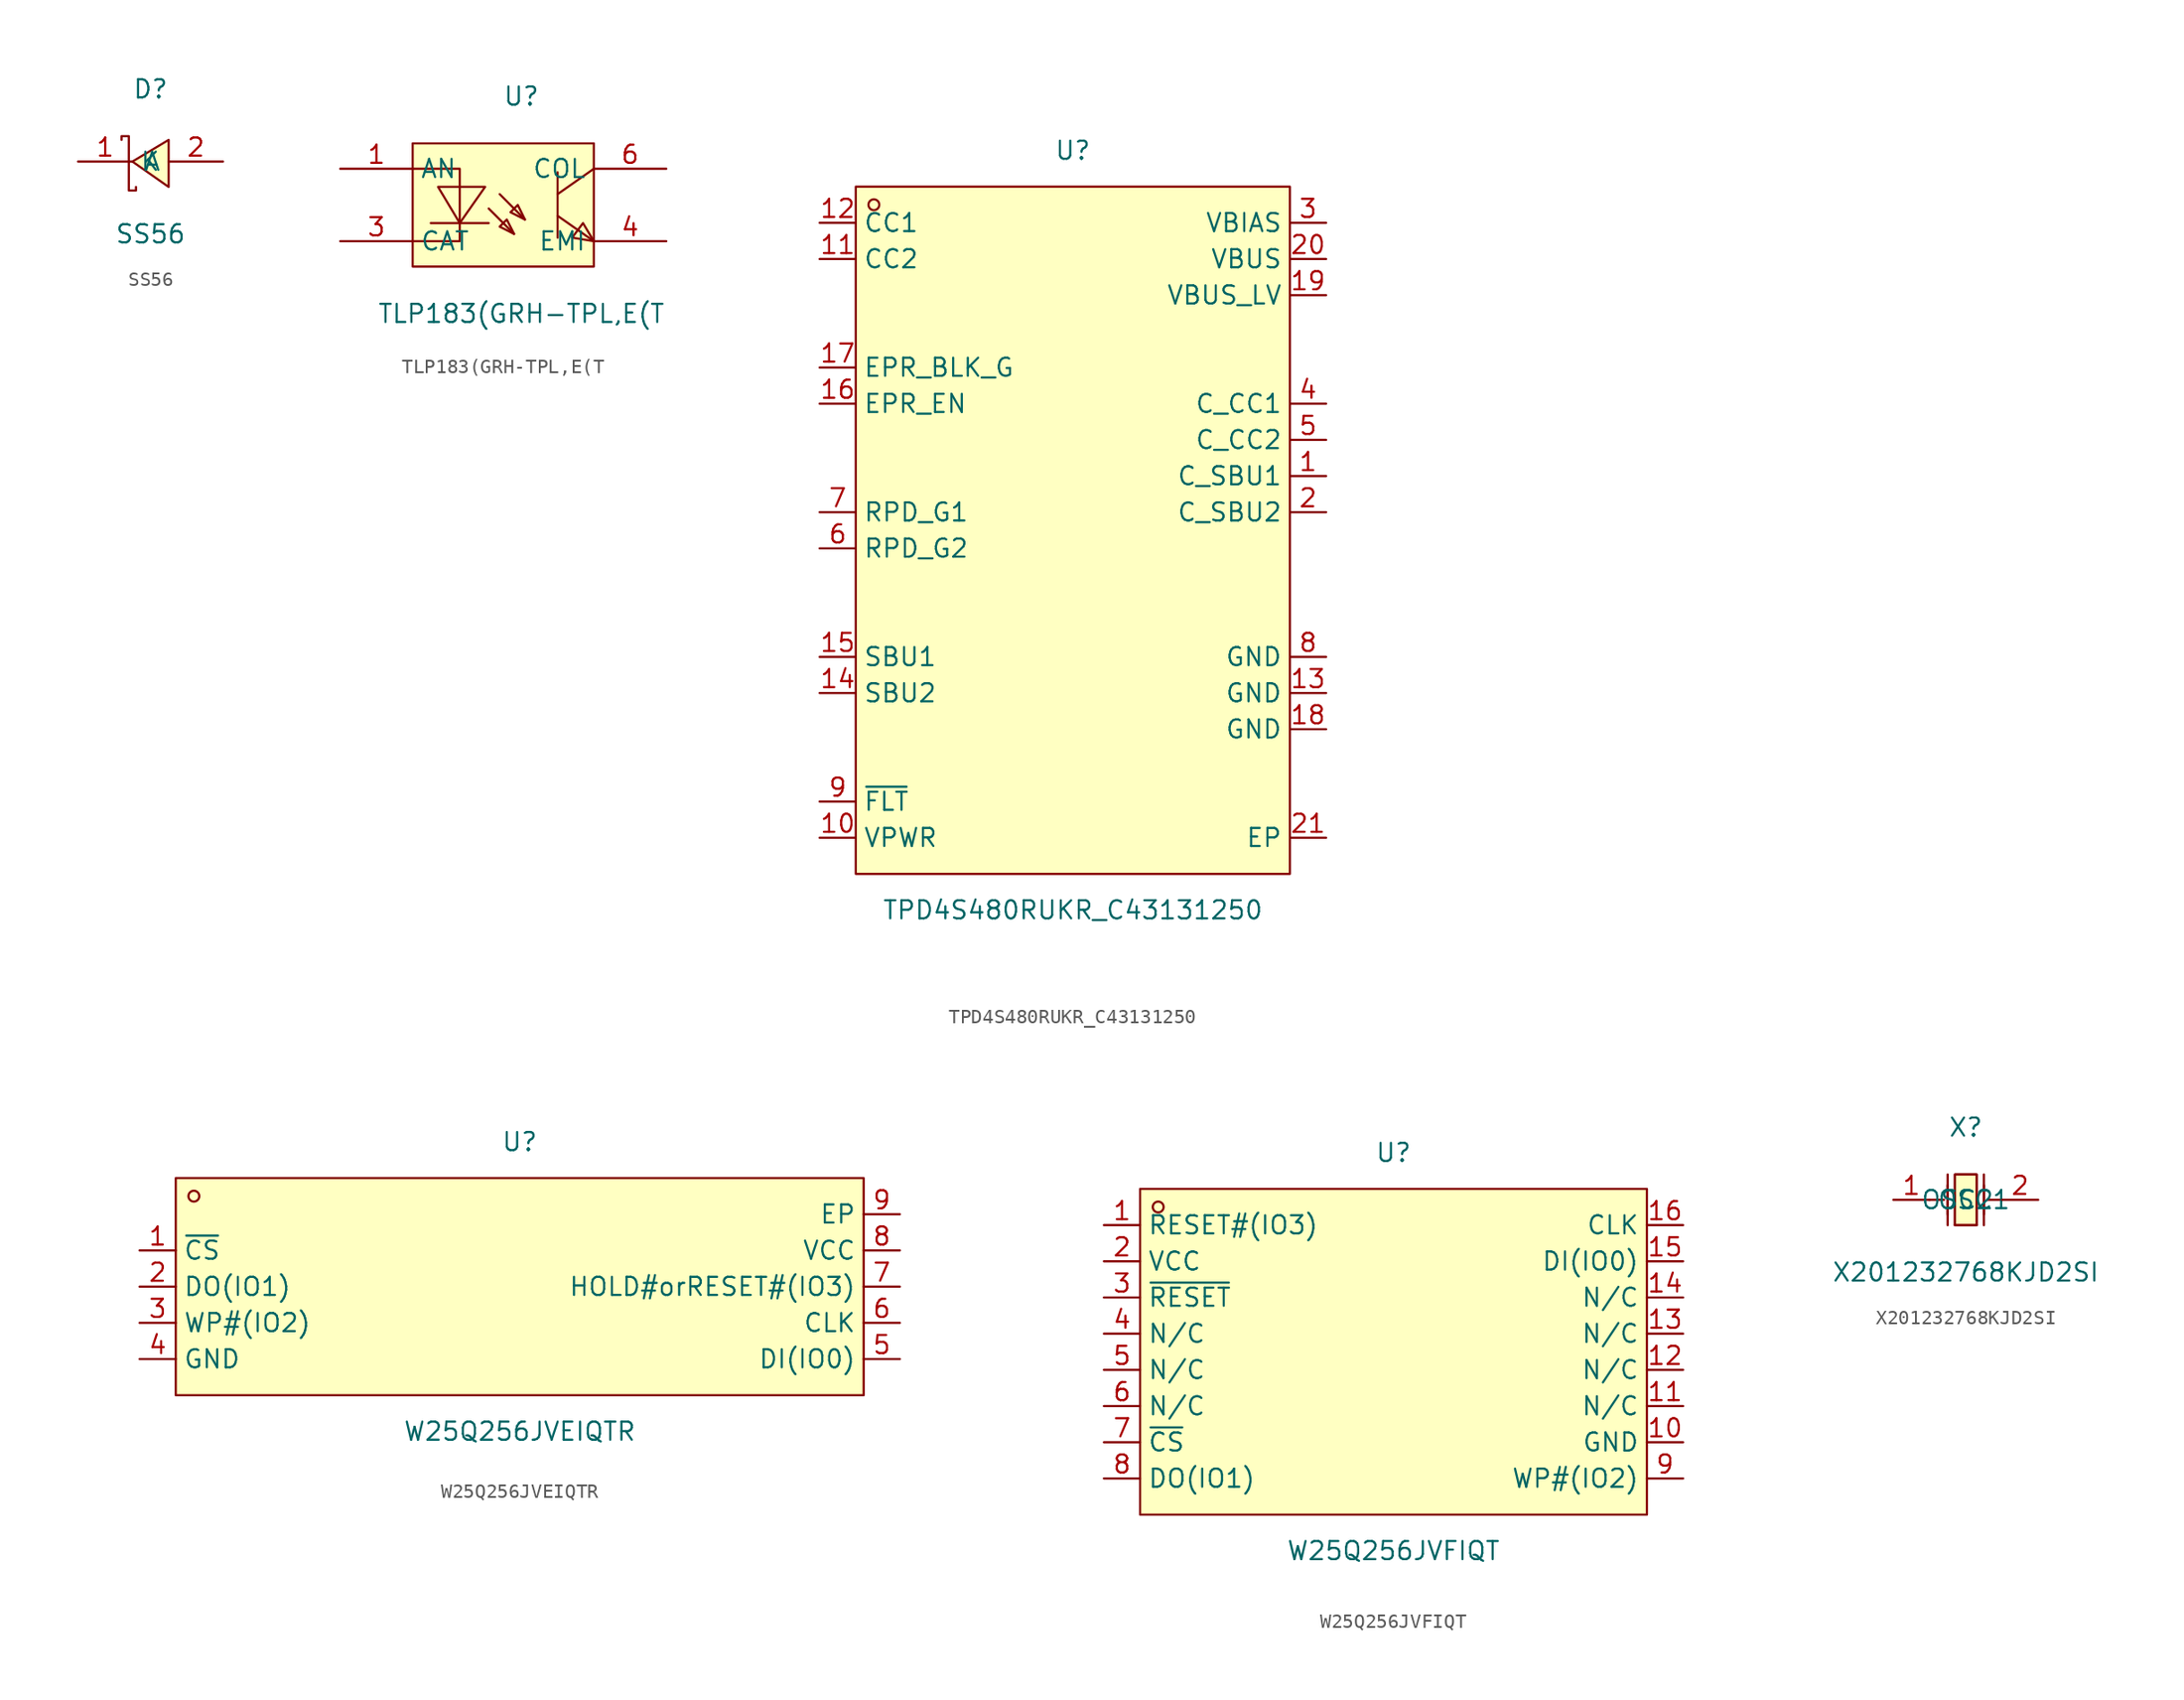
<source format=kicad_sym>
(kicad_symbol_lib
  (version 20211014)
  (generator https://github.com/uPesy/easyeda2kicad.py)
  (symbol "SS56"
    (property "Reference" "D"
      (at 0 5.08 0)
      (effects (font (size 1.27 1.27))))
    (property "Value" "SS56"
      (at 0 -5.08 0)
      (effects (font (size 1.27 1.27))))
    (symbol "SS56_0_1"
      (polyline (pts (xy 1.27 1.52) (xy -1.27 -0.00) (xy 1.27 -1.78) (xy 1.27 1.52)) (stroke (width 0) (type default) (color 0 0 0 0)) (fill (type background)))
      (polyline (pts (xy -2.03 1.52) (xy -2.03 1.78) (xy -1.52 1.78) (xy -1.52 -2.03) (xy -1.02 -2.03) (xy -1.02 -1.78)) (stroke (width 0) (type default) (color 0 0 0 0)) (fill (type none)))
      (pin unspecified line (at 5.08 -0.00 180) (length 3.81) (name "A" (effects (font (size 1.27 1.27)))) (number "2" (effects (font (size 1.27 1.27)))))
      (pin unspecified line (at -5.08 -0.00 0) (length 3.81) (name "K" (effects (font (size 1.27 1.27)))) (number "1" (effects (font (size 1.27 1.27)))))))
  (symbol "TLP183(GRH-TPL,E(T"
    (property "Reference" "U"
      (at 0 7.62 0)
      (effects (font (size 1.27 1.27))))
    (property "Value" "TLP183(GRH-TPL,E(T"
      (at 0 -7.62 0)
      (effects (font (size 1.27 1.27))))
    (symbol "TLP183(GRH-TPL,E(T_0_1"
      (rectangle (start -7.62 4.32) (end 5.08 -4.32) (stroke (width 0) (type default) (color 0 0 0 0)) (fill (type background)))
      (polyline (pts (xy -0.51 -2.03) (xy -1.02 -1.02) (xy -1.52 -1.52) (xy -0.51 -2.03)) (stroke (width 0) (type default) (color 0 0 0 0)) (fill (type background)))
      (polyline (pts (xy 0.25 -1.02) (xy -0.25 -0.00) (xy -0.76 -0.51) (xy 0.25 -1.02)) (stroke (width 0) (type default) (color 0 0 0 0)) (fill (type background)))
      (polyline (pts (xy -5.84 1.27) (xy -4.32 -1.27) (xy -2.54 1.27) (xy -5.84 1.27)) (stroke (width 0) (type default) (color 0 0 0 0)) (fill (type background)))
      (polyline (pts (xy 5.08 2.54) (xy 2.54 0.76)) (stroke (width 0) (type default) (color 0 0 0 0)) (fill (type none)))
      (polyline (pts (xy 2.54 -0.76) (xy 5.08 -2.54)) (stroke (width 0) (type default) (color 0 0 0 0)) (fill (type none)))
      (polyline (pts (xy 2.54 2.29) (xy 2.54 -2.29)) (stroke (width 0) (type default) (color 0 0 0 0)) (fill (type none)))
      (polyline (pts (xy -2.29 -0.25) (xy -0.51 -2.03)) (stroke (width 0) (type default) (color 0 0 0 0)) (fill (type none)))
      (polyline (pts (xy -1.52 0.76) (xy 0.25 -1.02)) (stroke (width 0) (type default) (color 0 0 0 0)) (fill (type none)))
      (polyline (pts (xy -2.29 -1.27) (xy -6.35 -1.27)) (stroke (width 0) (type default) (color 0 0 0 0)) (fill (type none)))
      (polyline (pts (xy -7.62 2.54) (xy -4.32 2.54) (xy -4.32 -2.54) (xy -7.62 -2.54)) (stroke (width 0) (type default) (color 0 0 0 0)) (fill (type none)))
      (polyline (pts (xy 5.08 -2.54) (xy 4.32 -1.27) (xy 3.56 -2.29) (xy 5.08 -2.54)) (stroke (width 0) (type default) (color 0 0 0 0)) (fill (type background)))
      (pin unspecified line (at -12.70 2.54 0) (length 5.08) (name "AN" (effects (font (size 1.27 1.27)))) (number "1" (effects (font (size 1.27 1.27)))))
      (pin unspecified line (at -12.70 -2.54 0) (length 5.08) (name "CAT" (effects (font (size 1.27 1.27)))) (number "3" (effects (font (size 1.27 1.27)))))
      (pin unspecified line (at 10.16 -2.54 180) (length 5.08) (name "EMI" (effects (font (size 1.27 1.27)))) (number "4" (effects (font (size 1.27 1.27)))))
      (pin unspecified line (at 10.16 2.54 180) (length 5.08) (name "COL" (effects (font (size 1.27 1.27)))) (number "6" (effects (font (size 1.27 1.27)))))))
  (symbol "TPD4S480RUKR_C43131250"
    (property "Reference" "U"
      (at 0 26.67 0)
      (effects (font (size 1.27 1.27))))
    (property "Value" "TPD4S480RUKR_C43131250"
      (at 0 -26.67 0)
      (effects (font (size 1.27 1.27))))
    (symbol "TPD4S480RUKR_C43131250_0_1"
      (rectangle (start -15.24 24.13) (end 15.24 -24.13) (stroke (width 0) (type default) (color 0 0 0 0)) (fill (type background)))
      (circle (center -13.97 22.86) (radius 0.38) (stroke (width 0) (type default) (color 0 0 0 0)) (fill (type none)))
      (pin unspecified line (at -17.78 21.59 0) (length 2.54) (name "CC1" (effects (font (size 1.27 1.27)))) (number "12" (effects (font (size 1.27 1.27)))))
      (pin unspecified line (at -17.78 19.05 0) (length 2.54) (name "CC2" (effects (font (size 1.27 1.27)))) (number "11" (effects (font (size 1.27 1.27)))))
      (pin unspecified line (at -17.78 11.43 0) (length 2.54) (name "EPR_BLK_G" (effects (font (size 1.27 1.27)))) (number "17" (effects (font (size 1.27 1.27)))))
      (pin unspecified line (at -17.78 8.89 0) (length 2.54) (name "EPR_EN" (effects (font (size 1.27 1.27)))) (number "16" (effects (font (size 1.27 1.27)))))
      (pin unspecified line (at -17.78 1.27 0) (length 2.54) (name "RPD_G1" (effects (font (size 1.27 1.27)))) (number "7" (effects (font (size 1.27 1.27)))))
      (pin unspecified line (at -17.78 -1.27 0) (length 2.54) (name "RPD_G2" (effects (font (size 1.27 1.27)))) (number "6" (effects (font (size 1.27 1.27)))))
      (pin unspecified line (at -17.78 -8.89 0) (length 2.54) (name "SBU1" (effects (font (size 1.27 1.27)))) (number "15" (effects (font (size 1.27 1.27)))))
      (pin unspecified line (at -17.78 -11.43 0) (length 2.54) (name "SBU2" (effects (font (size 1.27 1.27)))) (number "14" (effects (font (size 1.27 1.27)))))
      (pin unspecified line (at -17.78 -19.05 0) (length 2.54) (name "~{FLT}" (effects (font (size 1.27 1.27)))) (number "9" (effects (font (size 1.27 1.27)))))
      (pin unspecified line (at -17.78 -21.59 0) (length 2.54) (name "VPWR" (effects (font (size 1.27 1.27)))) (number "10" (effects (font (size 1.27 1.27)))))
      (pin unspecified line (at 17.78 -21.59 180) (length 2.54) (name "EP" (effects (font (size 1.27 1.27)))) (number "21" (effects (font (size 1.27 1.27)))))
      (pin unspecified line (at 17.78 -13.97 180) (length 2.54) (name "GND" (effects (font (size 1.27 1.27)))) (number "18" (effects (font (size 1.27 1.27)))))
      (pin unspecified line (at 17.78 -11.43 180) (length 2.54) (name "GND" (effects (font (size 1.27 1.27)))) (number "13" (effects (font (size 1.27 1.27)))))
      (pin unspecified line (at 17.78 -8.89 180) (length 2.54) (name "GND" (effects (font (size 1.27 1.27)))) (number "8" (effects (font (size 1.27 1.27)))))
      (pin unspecified line (at 17.78 1.27 180) (length 2.54) (name "C_SBU2" (effects (font (size 1.27 1.27)))) (number "2" (effects (font (size 1.27 1.27)))))
      (pin unspecified line (at 17.78 3.81 180) (length 2.54) (name "C_SBU1" (effects (font (size 1.27 1.27)))) (number "1" (effects (font (size 1.27 1.27)))))
      (pin unspecified line (at 17.78 6.35 180) (length 2.54) (name "C_CC2" (effects (font (size 1.27 1.27)))) (number "5" (effects (font (size 1.27 1.27)))))
      (pin unspecified line (at 17.78 8.89 180) (length 2.54) (name "C_CC1" (effects (font (size 1.27 1.27)))) (number "4" (effects (font (size 1.27 1.27)))))
      (pin unspecified line (at 17.78 16.51 180) (length 2.54) (name "VBUS_LV" (effects (font (size 1.27 1.27)))) (number "19" (effects (font (size 1.27 1.27)))))
      (pin unspecified line (at 17.78 19.05 180) (length 2.54) (name "VBUS" (effects (font (size 1.27 1.27)))) (number "20" (effects (font (size 1.27 1.27)))))
      (pin unspecified line (at 17.78 21.59 180) (length 2.54) (name "VBIAS" (effects (font (size 1.27 1.27)))) (number "3" (effects (font (size 1.27 1.27)))))))
  (symbol "W25Q256JVEIQTR"
    (property "Reference" "U"
      (at 0 10.16 0)
      (effects (font (size 1.27 1.27))))
    (property "Value" "W25Q256JVEIQTR"
      (at 0 -10.16 0)
      (effects (font (size 1.27 1.27))))
    (symbol "W25Q256JVEIQTR_0_1"
      (rectangle (start -24.13 7.62) (end 24.13 -7.62) (stroke (width 0) (type default) (color 0 0 0 0)) (fill (type background)))
      (circle (center -22.86 6.35) (radius 0.38) (stroke (width 0) (type default) (color 0 0 0 0)) (fill (type none)))
      (pin unspecified line (at -26.67 2.54 0) (length 2.54) (name "~{CS}" (effects (font (size 1.27 1.27)))) (number "1" (effects (font (size 1.27 1.27)))))
      (pin unspecified line (at -26.67 -0.00 0) (length 2.54) (name "DO(IO1)" (effects (font (size 1.27 1.27)))) (number "2" (effects (font (size 1.27 1.27)))))
      (pin unspecified line (at -26.67 -2.54 0) (length 2.54) (name "WP#(IO2)" (effects (font (size 1.27 1.27)))) (number "3" (effects (font (size 1.27 1.27)))))
      (pin unspecified line (at -26.67 -5.08 0) (length 2.54) (name "GND" (effects (font (size 1.27 1.27)))) (number "4" (effects (font (size 1.27 1.27)))))
      (pin unspecified line (at 26.67 -5.08 180) (length 2.54) (name "DI(IO0)" (effects (font (size 1.27 1.27)))) (number "5" (effects (font (size 1.27 1.27)))))
      (pin unspecified line (at 26.67 -2.54 180) (length 2.54) (name "CLK" (effects (font (size 1.27 1.27)))) (number "6" (effects (font (size 1.27 1.27)))))
      (pin unspecified line (at 26.67 -0.00 180) (length 2.54) (name "HOLD#orRESET#(IO3)" (effects (font (size 1.27 1.27)))) (number "7" (effects (font (size 1.27 1.27)))))
      (pin unspecified line (at 26.67 2.54 180) (length 2.54) (name "VCC" (effects (font (size 1.27 1.27)))) (number "8" (effects (font (size 1.27 1.27)))))
      (pin unspecified line (at 26.67 5.08 180) (length 2.54) (name "EP" (effects (font (size 1.27 1.27)))) (number "9" (effects (font (size 1.27 1.27)))))))
  (symbol "W25Q256JVFIQT"
    (property "Reference" "U"
      (at 0 13.97 0)
      (effects (font (size 1.27 1.27))))
    (property "Value" "W25Q256JVFIQT"
      (at 0 -13.97 0)
      (effects (font (size 1.27 1.27))))
    (symbol "W25Q256JVFIQT_0_1"
      (rectangle (start -17.78 11.43) (end 17.78 -11.43) (stroke (width 0) (type default) (color 0 0 0 0)) (fill (type background)))
      (circle (center -16.51 10.16) (radius 0.38) (stroke (width 0) (type default) (color 0 0 0 0)) (fill (type none)))
      (pin unspecified line (at -20.32 8.89 0) (length 2.54) (name "RESET#(IO3)" (effects (font (size 1.27 1.27)))) (number "1" (effects (font (size 1.27 1.27)))))
      (pin unspecified line (at -20.32 6.35 0) (length 2.54) (name "VCC" (effects (font (size 1.27 1.27)))) (number "2" (effects (font (size 1.27 1.27)))))
      (pin unspecified line (at -20.32 3.81 0) (length 2.54) (name "~{RESET}" (effects (font (size 1.27 1.27)))) (number "3" (effects (font (size 1.27 1.27)))))
      (pin unspecified line (at -20.32 1.27 0) (length 2.54) (name "N/C" (effects (font (size 1.27 1.27)))) (number "4" (effects (font (size 1.27 1.27)))))
      (pin unspecified line (at -20.32 -1.27 0) (length 2.54) (name "N/C" (effects (font (size 1.27 1.27)))) (number "5" (effects (font (size 1.27 1.27)))))
      (pin unspecified line (at -20.32 -3.81 0) (length 2.54) (name "N/C" (effects (font (size 1.27 1.27)))) (number "6" (effects (font (size 1.27 1.27)))))
      (pin unspecified line (at -20.32 -6.35 0) (length 2.54) (name "~{CS}" (effects (font (size 1.27 1.27)))) (number "7" (effects (font (size 1.27 1.27)))))
      (pin unspecified line (at -20.32 -8.89 0) (length 2.54) (name "DO(IO1)" (effects (font (size 1.27 1.27)))) (number "8" (effects (font (size 1.27 1.27)))))
      (pin unspecified line (at 20.32 -8.89 180) (length 2.54) (name "WP#(IO2)" (effects (font (size 1.27 1.27)))) (number "9" (effects (font (size 1.27 1.27)))))
      (pin unspecified line (at 20.32 -6.35 180) (length 2.54) (name "GND" (effects (font (size 1.27 1.27)))) (number "10" (effects (font (size 1.27 1.27)))))
      (pin unspecified line (at 20.32 -3.81 180) (length 2.54) (name "N/C" (effects (font (size 1.27 1.27)))) (number "11" (effects (font (size 1.27 1.27)))))
      (pin unspecified line (at 20.32 -1.27 180) (length 2.54) (name "N/C" (effects (font (size 1.27 1.27)))) (number "12" (effects (font (size 1.27 1.27)))))
      (pin unspecified line (at 20.32 1.27 180) (length 2.54) (name "N/C" (effects (font (size 1.27 1.27)))) (number "13" (effects (font (size 1.27 1.27)))))
      (pin unspecified line (at 20.32 3.81 180) (length 2.54) (name "N/C" (effects (font (size 1.27 1.27)))) (number "14" (effects (font (size 1.27 1.27)))))
      (pin unspecified line (at 20.32 6.35 180) (length 2.54) (name "DI(IO0)" (effects (font (size 1.27 1.27)))) (number "15" (effects (font (size 1.27 1.27)))))
      (pin unspecified line (at 20.32 8.89 180) (length 2.54) (name "CLK" (effects (font (size 1.27 1.27)))) (number "16" (effects (font (size 1.27 1.27)))))))
  (symbol "X201232768KJD2SI"
    (property "Reference" "X"
      (at 0 5.08 0)
      (effects (font (size 1.27 1.27))))
    (property "Value" "X201232768KJD2SI"
      (at 0 -5.08 0)
      (effects (font (size 1.27 1.27))))
    (symbol "X201232768KJD2SI_0_1"
      (polyline (pts (xy -1.27 -1.02) (xy -1.27 1.02)) (stroke (width 0) (type default) (color 0 0 0 0)) (fill (type none)))
      (polyline (pts (xy 0.76 -1.78) (xy -0.76 -1.78)) (stroke (width 0) (type default) (color 0 0 0 0)) (fill (type none)))
      (polyline (pts (xy 1.27 -1.02) (xy 1.27 1.02)) (stroke (width 0) (type default) (color 0 0 0 0)) (fill (type none)))
      (polyline (pts (xy -0.76 -1.78) (xy -0.76 1.78) (xy 0.76 1.78) (xy 0.76 -1.78)) (stroke (width 0) (type default) (color 0 0 0 0)) (fill (type none)))
      (polyline (pts (xy 2.54 -0.00) (xy 1.52 -0.00)) (stroke (width 0) (type default) (color 0 0 0 0)) (fill (type none)))
      (polyline (pts (xy -2.54 -0.00) (xy -1.52 -0.00)) (stroke (width 0) (type default) (color 0 0 0 0)) (fill (type none)))
      (polyline (pts (xy 1.27 -1.78) (xy 1.27 1.78)) (stroke (width 0) (type default) (color 0 0 0 0)) (fill (type none)))
      (polyline (pts (xy -1.27 -1.78) (xy -1.27 1.78)) (stroke (width 0) (type default) (color 0 0 0 0)) (fill (type none)))
      (polyline (pts (xy 0.76 1.78) (xy 0.76 -1.78) (xy -0.76 -1.78) (xy -0.76 1.78) (xy 0.76 1.78)) (stroke (width 0) (type default) (color 0 0 0 0)) (fill (type background)))
      (pin input line (at -5.08 -0.00 0) (length 2.54) (name "OSC1" (effects (font (size 1.27 1.27)))) (number "1" (effects (font (size 1.27 1.27)))))
      (pin input line (at 5.08 -0.00 180) (length 2.54) (name "OSC2" (effects (font (size 1.27 1.27)))) (number "2" (effects (font (size 1.27 1.27))))))))
</source>
